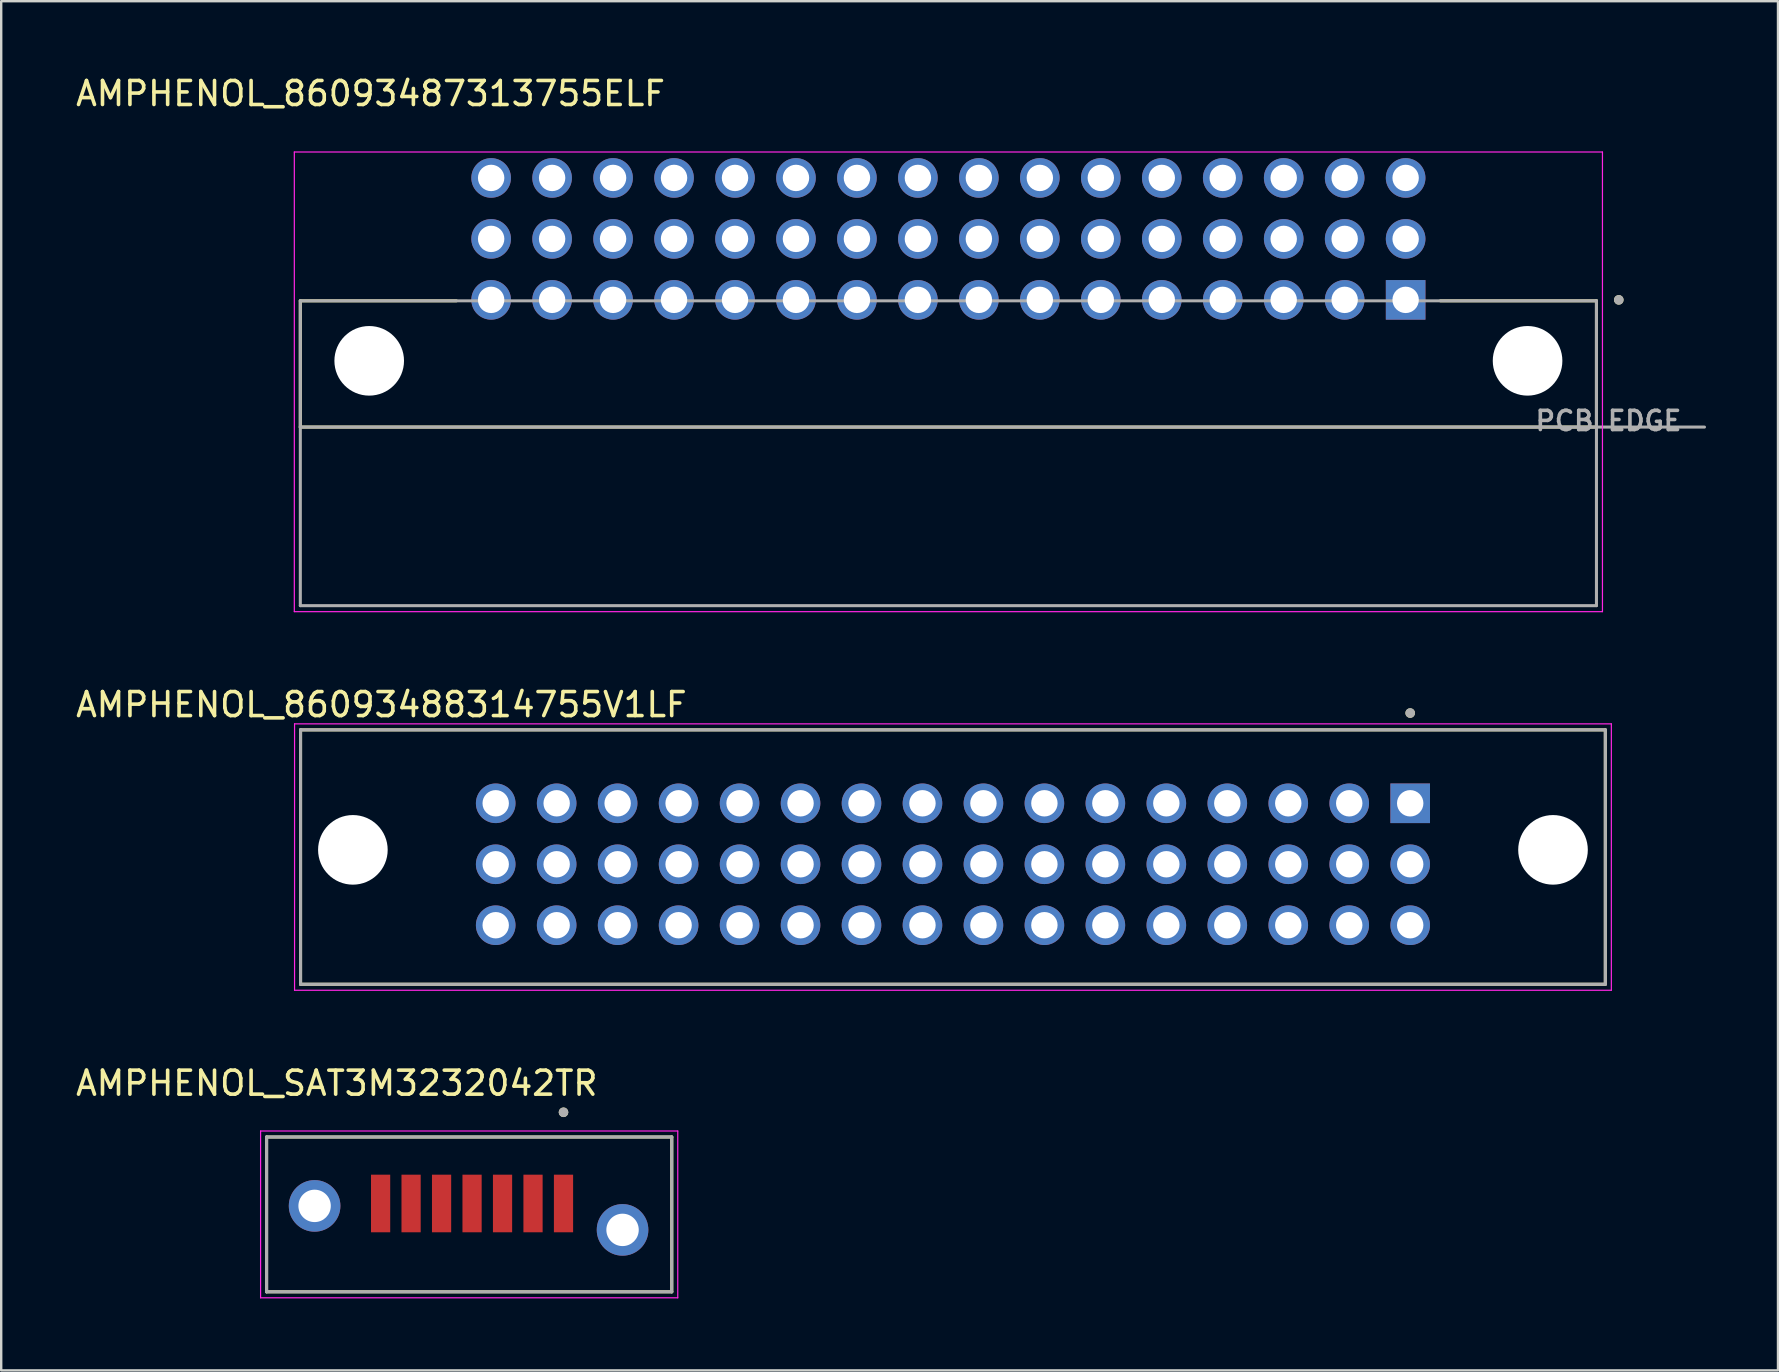
<source format=kicad_pcb>
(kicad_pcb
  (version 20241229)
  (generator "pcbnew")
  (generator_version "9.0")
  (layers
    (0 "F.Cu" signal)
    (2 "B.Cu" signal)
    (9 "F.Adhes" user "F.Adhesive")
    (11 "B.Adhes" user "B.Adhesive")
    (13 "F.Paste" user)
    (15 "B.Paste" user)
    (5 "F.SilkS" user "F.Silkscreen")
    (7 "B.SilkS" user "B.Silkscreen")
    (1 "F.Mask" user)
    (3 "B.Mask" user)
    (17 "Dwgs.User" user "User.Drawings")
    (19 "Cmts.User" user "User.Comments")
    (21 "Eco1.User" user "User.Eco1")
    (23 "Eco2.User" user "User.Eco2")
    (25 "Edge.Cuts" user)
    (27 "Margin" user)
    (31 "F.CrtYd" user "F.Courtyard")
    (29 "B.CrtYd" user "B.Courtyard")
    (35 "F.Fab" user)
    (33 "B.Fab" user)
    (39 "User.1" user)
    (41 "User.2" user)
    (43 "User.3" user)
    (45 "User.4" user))
  (footprint "AMPHENOL_SAT3M3232042TR"
    (layer "F.Cu")
    (at 16.497 47.545)
    (property "Reference" "AMPHENOL_SAT3M3232042TR" (at -5.515 -5.465 0) (layer "F.SilkS") (effects (font (size 1 1) (thickness 0.15))))
    (attr smd)
    (fp_line (start -8.44 -3.225) (end 8.44 -3.225) (stroke (width 0.127) (type solid)) (layer "F.SilkS"))
    (fp_line (start -8.44 3.225) (end -8.44 -3.225) (stroke (width 0.127) (type solid)) (layer "F.SilkS"))
    (fp_line (start 8.44 -3.225) (end 8.44 3.225) (stroke (width 0.127) (type solid)) (layer "F.SilkS"))
    (fp_line (start 8.44 3.225) (end -8.44 3.225) (stroke (width 0.127) (type solid)) (layer "F.SilkS"))
    (fp_circle (center 3.93 -4.255) (end 4.03 -4.255) (stroke (width 0.2) (type solid)) (fill no) (layer "F.SilkS"))
    (fp_line (start -8.69 -3.475) (end -8.69 3.475) (stroke (width 0.05) (type solid)) (layer "F.CrtYd"))
    (fp_line (start -8.69 3.475) (end 8.69 3.475) (stroke (width 0.05) (type solid)) (layer "F.CrtYd"))
    (fp_line (start 8.69 -3.475) (end -8.69 -3.475) (stroke (width 0.05) (type solid)) (layer "F.CrtYd"))
    (fp_line (start 8.69 3.475) (end 8.69 -3.475) (stroke (width 0.05) (type solid)) (layer "F.CrtYd"))
    (fp_line (start -8.44 -3.225) (end 8.44 -3.225) (stroke (width 0.127) (type solid)) (layer "F.Fab"))
    (fp_line (start -8.44 3.225) (end -8.44 -3.225) (stroke (width 0.127) (type solid)) (layer "F.Fab"))
    (fp_line (start 8.44 -3.225) (end 8.44 3.225) (stroke (width 0.127) (type solid)) (layer "F.Fab"))
    (fp_line (start 8.44 3.225) (end -8.44 3.225) (stroke (width 0.127) (type solid)) (layer "F.Fab"))
    (fp_circle (center 3.93 -4.255) (end 4.03 -4.255) (stroke (width 0.2) (type solid)) (fill no) (layer "F.Fab"))
    (pad "S1" smd rect (at 3.93 -0.455) (size 0.8 2.4) (layers "F.Cu" "F.Mask" "F.Paste"))
    (pad "S2" smd rect (at 2.66 -0.455) (size 0.8 2.4) (layers "F.Cu" "F.Mask" "F.Paste"))
    (pad "S3" smd rect (at 1.39 -0.455) (size 0.8 2.4) (layers "F.Cu" "F.Mask" "F.Paste"))
    (pad "S4" smd rect (at 0.12 -0.455) (size 0.8 2.4) (layers "F.Cu" "F.Mask" "F.Paste"))
    (pad "S5" smd rect (at -1.15 -0.455) (size 0.8 2.4) (layers "F.Cu" "F.Mask" "F.Paste"))
    (pad "S6" smd rect (at -2.42 -0.455) (size 0.8 2.4) (layers "F.Cu" "F.Mask" "F.Paste"))
    (pad "S7" smd rect (at -3.69 -0.455) (size 0.8 2.4) (layers "F.Cu" "F.Mask" "F.Paste"))
    (pad "SH1" thru_hole circle (at 6.39 0.645) (size 2.15 2.15) (drill 1.35) (layers "*.Cu" "*.Mask"))
    (pad "SH2" thru_hole circle (at -6.44 -0.355) (size 2.15 2.15) (drill 1.35) (layers "*.Cu" "*.Mask")))
  (footprint "AMPHENOL_86093488314755V1LF"
    (layer "F.Cu")
    (at 36.652 32.657)
    (property "Reference" "AMPHENOL_86093488314755V1LF" (at -23.812 -6.35 0) (layer "F.SilkS") (effects (font (size 1 1) (thickness 0.15))))
    (attr through_hole)
    (fp_line (start -27.18 -5.3) (end 27.18 -5.3) (stroke (width 0.127) (type solid)) (layer "F.SilkS"))
    (fp_line (start -27.18 5.3) (end -27.18 -5.3) (stroke (width 0.127) (type solid)) (layer "F.SilkS"))
    (fp_line (start 27.18 -5.3) (end 27.18 5.3) (stroke (width 0.127) (type solid)) (layer "F.SilkS"))
    (fp_line (start 27.18 5.3) (end -27.18 5.3) (stroke (width 0.127) (type solid)) (layer "F.SilkS"))
    (fp_circle (center 19.05 -6) (end 19.15 -6) (stroke (width 0.2) (type solid)) (fill no) (layer "F.SilkS"))
    (fp_line (start -27.43 -5.55) (end -27.43 5.55) (stroke (width 0.05) (type solid)) (layer "F.CrtYd"))
    (fp_line (start -27.43 5.55) (end 27.43 5.55) (stroke (width 0.05) (type solid)) (layer "F.CrtYd"))
    (fp_line (start 27.43 -5.55) (end -27.43 -5.55) (stroke (width 0.05) (type solid)) (layer "F.CrtYd"))
    (fp_line (start 27.43 5.55) (end 27.43 -5.55) (stroke (width 0.05) (type solid)) (layer "F.CrtYd"))
    (fp_line (start -27.18 -5.3) (end 27.18 -5.3) (stroke (width 0.127) (type solid)) (layer "F.Fab"))
    (fp_line (start -27.18 5.3) (end -27.18 -5.3) (stroke (width 0.127) (type solid)) (layer "F.Fab"))
    (fp_line (start 27.18 -5.3) (end 27.18 5.3) (stroke (width 0.127) (type solid)) (layer "F.Fab"))
    (fp_line (start 27.18 5.3) (end -27.18 5.3) (stroke (width 0.127) (type solid)) (layer "F.Fab"))
    (fp_circle (center 19.05 -6) (end 19.15 -6) (stroke (width 0.2) (type solid)) (fill no) (layer "F.Fab"))
    (pad "" np_thru_hole circle (at -25 -0.3) (size 2.9 2.9) (drill 2.9) (layers "*.Cu" "*.Mask"))
    (pad "" np_thru_hole circle (at 25 -0.3) (size 2.9 2.9) (drill 2.9) (layers "*.Cu" "*.Mask"))
    (pad "A1" thru_hole rect (at 19.05 -2.24) (size 1.65 1.65) (drill 1.1) (layers "*.Cu" "*.Mask"))
    (pad "A2" thru_hole circle (at 16.51 -2.24) (size 1.65 1.65) (drill 1.1) (layers "*.Cu" "*.Mask"))
    (pad "A3" thru_hole circle (at 13.97 -2.24) (size 1.65 1.65) (drill 1.1) (layers "*.Cu" "*.Mask"))
    (pad "A4" thru_hole circle (at 11.43 -2.24) (size 1.65 1.65) (drill 1.1) (layers "*.Cu" "*.Mask"))
    (pad "A5" thru_hole circle (at 8.89 -2.24) (size 1.65 1.65) (drill 1.1) (layers "*.Cu" "*.Mask"))
    (pad "A6" thru_hole circle (at 6.35 -2.24) (size 1.65 1.65) (drill 1.1) (layers "*.Cu" "*.Mask"))
    (pad "A7" thru_hole circle (at 3.81 -2.24) (size 1.65 1.65) (drill 1.1) (layers "*.Cu" "*.Mask"))
    (pad "A8" thru_hole circle (at 1.27 -2.24) (size 1.65 1.65) (drill 1.1) (layers "*.Cu" "*.Mask"))
    (pad "A9" thru_hole circle (at -1.27 -2.24) (size 1.65 1.65) (drill 1.1) (layers "*.Cu" "*.Mask"))
    (pad "A10" thru_hole circle (at -3.81 -2.24) (size 1.65 1.65) (drill 1.1) (layers "*.Cu" "*.Mask"))
    (pad "A11" thru_hole circle (at -6.35 -2.24) (size 1.65 1.65) (drill 1.1) (layers "*.Cu" "*.Mask"))
    (pad "A12" thru_hole circle (at -8.89 -2.24) (size 1.65 1.65) (drill 1.1) (layers "*.Cu" "*.Mask"))
    (pad "A13" thru_hole circle (at -11.43 -2.24) (size 1.65 1.65) (drill 1.1) (layers "*.Cu" "*.Mask"))
    (pad "A14" thru_hole circle (at -13.97 -2.24) (size 1.65 1.65) (drill 1.1) (layers "*.Cu" "*.Mask"))
    (pad "A15" thru_hole circle (at -16.51 -2.24) (size 1.65 1.65) (drill 1.1) (layers "*.Cu" "*.Mask"))
    (pad "A16" thru_hole circle (at -19.05 -2.24) (size 1.65 1.65) (drill 1.1) (layers "*.Cu" "*.Mask"))
    (pad "B1" thru_hole circle (at 19.05 0.3) (size 1.65 1.65) (drill 1.1) (layers "*.Cu" "*.Mask"))
    (pad "B2" thru_hole circle (at 16.51 0.3) (size 1.65 1.65) (drill 1.1) (layers "*.Cu" "*.Mask"))
    (pad "B3" thru_hole circle (at 13.97 0.3) (size 1.65 1.65) (drill 1.1) (layers "*.Cu" "*.Mask"))
    (pad "B4" thru_hole circle (at 11.43 0.3) (size 1.65 1.65) (drill 1.1) (layers "*.Cu" "*.Mask"))
    (pad "B5" thru_hole circle (at 8.89 0.3) (size 1.65 1.65) (drill 1.1) (layers "*.Cu" "*.Mask"))
    (pad "B6" thru_hole circle (at 6.35 0.3) (size 1.65 1.65) (drill 1.1) (layers "*.Cu" "*.Mask"))
    (pad "B7" thru_hole circle (at 3.81 0.3) (size 1.65 1.65) (drill 1.1) (layers "*.Cu" "*.Mask"))
    (pad "B8" thru_hole circle (at 1.27 0.3) (size 1.65 1.65) (drill 1.1) (layers "*.Cu" "*.Mask"))
    (pad "B9" thru_hole circle (at -1.27 0.3) (size 1.65 1.65) (drill 1.1) (layers "*.Cu" "*.Mask"))
    (pad "B10" thru_hole circle (at -3.81 0.3) (size 1.65 1.65) (drill 1.1) (layers "*.Cu" "*.Mask"))
    (pad "B11" thru_hole circle (at -6.35 0.3) (size 1.65 1.65) (drill 1.1) (layers "*.Cu" "*.Mask"))
    (pad "B12" thru_hole circle (at -8.89 0.3) (size 1.65 1.65) (drill 1.1) (layers "*.Cu" "*.Mask"))
    (pad "B13" thru_hole circle (at -11.43 0.3) (size 1.65 1.65) (drill 1.1) (layers "*.Cu" "*.Mask"))
    (pad "B14" thru_hole circle (at -13.97 0.3) (size 1.65 1.65) (drill 1.1) (layers "*.Cu" "*.Mask"))
    (pad "B15" thru_hole circle (at -16.51 0.3) (size 1.65 1.65) (drill 1.1) (layers "*.Cu" "*.Mask"))
    (pad "B16" thru_hole circle (at -19.05 0.3) (size 1.65 1.65) (drill 1.1) (layers "*.Cu" "*.Mask"))
    (pad "C1" thru_hole circle (at 19.05 2.84) (size 1.65 1.65) (drill 1.1) (layers "*.Cu" "*.Mask"))
    (pad "C2" thru_hole circle (at 16.51 2.84) (size 1.65 1.65) (drill 1.1) (layers "*.Cu" "*.Mask"))
    (pad "C3" thru_hole circle (at 13.97 2.84) (size 1.65 1.65) (drill 1.1) (layers "*.Cu" "*.Mask"))
    (pad "C4" thru_hole circle (at 11.43 2.84) (size 1.65 1.65) (drill 1.1) (layers "*.Cu" "*.Mask"))
    (pad "C5" thru_hole circle (at 8.89 2.84) (size 1.65 1.65) (drill 1.1) (layers "*.Cu" "*.Mask"))
    (pad "C6" thru_hole circle (at 6.35 2.84) (size 1.65 1.65) (drill 1.1) (layers "*.Cu" "*.Mask"))
    (pad "C7" thru_hole circle (at 3.81 2.84) (size 1.65 1.65) (drill 1.1) (layers "*.Cu" "*.Mask"))
    (pad "C8" thru_hole circle (at 1.27 2.84) (size 1.65 1.65) (drill 1.1) (layers "*.Cu" "*.Mask"))
    (pad "C9" thru_hole circle (at -1.27 2.84) (size 1.65 1.65) (drill 1.1) (layers "*.Cu" "*.Mask"))
    (pad "C10" thru_hole circle (at -3.81 2.84) (size 1.65 1.65) (drill 1.1) (layers "*.Cu" "*.Mask"))
    (pad "C11" thru_hole circle (at -6.35 2.84) (size 1.65 1.65) (drill 1.1) (layers "*.Cu" "*.Mask"))
    (pad "C12" thru_hole circle (at -8.89 2.84) (size 1.65 1.65) (drill 1.1) (layers "*.Cu" "*.Mask"))
    (pad "C13" thru_hole circle (at -11.43 2.84) (size 1.65 1.65) (drill 1.1) (layers "*.Cu" "*.Mask"))
    (pad "C14" thru_hole circle (at -13.97 2.84) (size 1.65 1.65) (drill 1.1) (layers "*.Cu" "*.Mask"))
    (pad "C15" thru_hole circle (at -16.51 2.84) (size 1.65 1.65) (drill 1.1) (layers "*.Cu" "*.Mask"))
    (pad "C16" thru_hole circle (at -19.05 2.84) (size 1.65 1.65) (drill 1.1) (layers "*.Cu" "*.Mask")))
  (footprint "AMPHENOL_86093487313755ELF"
    (layer "F.Cu")
    (at 36.462 11.983)
    (property "Reference" "AMPHENOL_86093487313755ELF" (at -24.075 -11.135 0) (layer "F.SilkS") (effects (font (size 1 1) (thickness 0.15))))
    (attr through_hole)
    (fp_line (start -27 -2.5) (end -20.5 -2.5) (stroke (width 0.127) (type solid)) (layer "F.SilkS"))
    (fp_line (start -27 2.76) (end -27 -2.5) (stroke (width 0.127) (type solid)) (layer "F.SilkS"))
    (fp_line (start 27 -2.5) (end 20.5 -2.5) (stroke (width 0.127) (type solid)) (layer "F.SilkS"))
    (fp_line (start 27 -2.5) (end 27 2.76) (stroke (width 0.127) (type solid)) (layer "F.SilkS"))
    (fp_line (start 27 2.76) (end -27 2.76) (stroke (width 0.127) (type solid)) (layer "F.SilkS"))
    (fp_circle (center 27.93 -2.54) (end 28.03 -2.54) (stroke (width 0.2) (type solid)) (fill no) (layer "F.SilkS"))
    (fp_line (start -27.25 -8.7) (end 27.25 -8.7) (stroke (width 0.05) (type solid)) (layer "F.CrtYd"))
    (fp_line (start -27.25 10.45) (end -27.25 -8.7) (stroke (width 0.05) (type solid)) (layer "F.CrtYd"))
    (fp_line (start 27.25 -8.7) (end 27.25 10.45) (stroke (width 0.05) (type solid)) (layer "F.CrtYd"))
    (fp_line (start 27.25 10.45) (end -27.25 10.45) (stroke (width 0.05) (type solid)) (layer "F.CrtYd"))
    (fp_line (start -27 -2.5) (end 27 -2.5) (stroke (width 0.127) (type solid)) (layer "F.Fab"))
    (fp_line (start -27 2.76) (end -27 -2.5) (stroke (width 0.127) (type solid)) (layer "F.Fab"))
    (fp_line (start -27 10.2) (end -27 2.76) (stroke (width 0.127) (type solid)) (layer "F.Fab"))
    (fp_line (start 27 -2.5) (end 27 10.2) (stroke (width 0.127) (type solid)) (layer "F.Fab"))
    (fp_line (start 27 10.2) (end -27 10.2) (stroke (width 0.127) (type solid)) (layer "F.Fab"))
    (fp_line (start 31.5 2.76) (end -27 2.76) (stroke (width 0.127) (type solid)) (layer "F.Fab"))
    (fp_circle (center 27.93 -2.54) (end 28.03 -2.54) (stroke (width 0.2) (type solid)) (fill no) (layer "F.Fab"))
    (fp_text user "PCB EDGE" (at 27.5 2.5 0) (layer "F.Fab") (effects (font (size 0.8 0.8) (thickness 0.15))))
    (pad "" np_thru_hole circle (at -24.13 0) (size 2.9 2.9) (drill 2.9) (layers "*.Cu" "*.Mask"))
    (pad "" np_thru_hole circle (at 24.13 0) (size 2.9 2.9) (drill 2.9) (layers "*.Cu" "*.Mask"))
    (pad "A1" thru_hole rect (at 19.05 -2.54) (size 1.65 1.65) (drill 1.1) (layers "*.Cu" "*.Mask"))
    (pad "A2" thru_hole circle (at 16.51 -2.54) (size 1.65 1.65) (drill 1.1) (layers "*.Cu" "*.Mask"))
    (pad "A3" thru_hole circle (at 13.97 -2.54) (size 1.65 1.65) (drill 1.1) (layers "*.Cu" "*.Mask"))
    (pad "A4" thru_hole circle (at 11.43 -2.54) (size 1.65 1.65) (drill 1.1) (layers "*.Cu" "*.Mask"))
    (pad "A5" thru_hole circle (at 8.89 -2.54) (size 1.65 1.65) (drill 1.1) (layers "*.Cu" "*.Mask"))
    (pad "A6" thru_hole circle (at 6.35 -2.54) (size 1.65 1.65) (drill 1.1) (layers "*.Cu" "*.Mask"))
    (pad "A7" thru_hole circle (at 3.81 -2.54) (size 1.65 1.65) (drill 1.1) (layers "*.Cu" "*.Mask"))
    (pad "A8" thru_hole circle (at 1.27 -2.54) (size 1.65 1.65) (drill 1.1) (layers "*.Cu" "*.Mask"))
    (pad "A9" thru_hole circle (at -1.27 -2.54) (size 1.65 1.65) (drill 1.1) (layers "*.Cu" "*.Mask"))
    (pad "A10" thru_hole circle (at -3.81 -2.54) (size 1.65 1.65) (drill 1.1) (layers "*.Cu" "*.Mask"))
    (pad "A11" thru_hole circle (at -6.35 -2.54) (size 1.65 1.65) (drill 1.1) (layers "*.Cu" "*.Mask"))
    (pad "A12" thru_hole circle (at -8.89 -2.54) (size 1.65 1.65) (drill 1.1) (layers "*.Cu" "*.Mask"))
    (pad "A13" thru_hole circle (at -11.43 -2.54) (size 1.65 1.65) (drill 1.1) (layers "*.Cu" "*.Mask"))
    (pad "A14" thru_hole circle (at -13.97 -2.54) (size 1.65 1.65) (drill 1.1) (layers "*.Cu" "*.Mask"))
    (pad "A15" thru_hole circle (at -16.51 -2.54) (size 1.65 1.65) (drill 1.1) (layers "*.Cu" "*.Mask"))
    (pad "A16" thru_hole circle (at -19.05 -2.54) (size 1.65 1.65) (drill 1.1) (layers "*.Cu" "*.Mask"))
    (pad "B1" thru_hole circle (at 19.05 -5.08) (size 1.65 1.65) (drill 1.1) (layers "*.Cu" "*.Mask"))
    (pad "B2" thru_hole circle (at 16.51 -5.08) (size 1.65 1.65) (drill 1.1) (layers "*.Cu" "*.Mask"))
    (pad "B3" thru_hole circle (at 13.97 -5.08) (size 1.65 1.65) (drill 1.1) (layers "*.Cu" "*.Mask"))
    (pad "B4" thru_hole circle (at 11.43 -5.08) (size 1.65 1.65) (drill 1.1) (layers "*.Cu" "*.Mask"))
    (pad "B5" thru_hole circle (at 8.89 -5.08) (size 1.65 1.65) (drill 1.1) (layers "*.Cu" "*.Mask"))
    (pad "B6" thru_hole circle (at 6.35 -5.08) (size 1.65 1.65) (drill 1.1) (layers "*.Cu" "*.Mask"))
    (pad "B7" thru_hole circle (at 3.81 -5.08) (size 1.65 1.65) (drill 1.1) (layers "*.Cu" "*.Mask"))
    (pad "B8" thru_hole circle (at 1.27 -5.08) (size 1.65 1.65) (drill 1.1) (layers "*.Cu" "*.Mask"))
    (pad "B9" thru_hole circle (at -1.27 -5.08) (size 1.65 1.65) (drill 1.1) (layers "*.Cu" "*.Mask"))
    (pad "B10" thru_hole circle (at -3.81 -5.08) (size 1.65 1.65) (drill 1.1) (layers "*.Cu" "*.Mask"))
    (pad "B11" thru_hole circle (at -6.35 -5.08) (size 1.65 1.65) (drill 1.1) (layers "*.Cu" "*.Mask"))
    (pad "B12" thru_hole circle (at -8.89 -5.08) (size 1.65 1.65) (drill 1.1) (layers "*.Cu" "*.Mask"))
    (pad "B13" thru_hole circle (at -11.43 -5.08) (size 1.65 1.65) (drill 1.1) (layers "*.Cu" "*.Mask"))
    (pad "B14" thru_hole circle (at -13.97 -5.08) (size 1.65 1.65) (drill 1.1) (layers "*.Cu" "*.Mask"))
    (pad "B15" thru_hole circle (at -16.51 -5.08) (size 1.65 1.65) (drill 1.1) (layers "*.Cu" "*.Mask"))
    (pad "B16" thru_hole circle (at -19.05 -5.08) (size 1.65 1.65) (drill 1.1) (layers "*.Cu" "*.Mask"))
    (pad "C1" thru_hole circle (at 19.05 -7.62) (size 1.65 1.65) (drill 1.1) (layers "*.Cu" "*.Mask"))
    (pad "C2" thru_hole circle (at 16.51 -7.62) (size 1.65 1.65) (drill 1.1) (layers "*.Cu" "*.Mask"))
    (pad "C3" thru_hole circle (at 13.97 -7.62) (size 1.65 1.65) (drill 1.1) (layers "*.Cu" "*.Mask"))
    (pad "C4" thru_hole circle (at 11.43 -7.62) (size 1.65 1.65) (drill 1.1) (layers "*.Cu" "*.Mask"))
    (pad "C5" thru_hole circle (at 8.89 -7.62) (size 1.65 1.65) (drill 1.1) (layers "*.Cu" "*.Mask"))
    (pad "C6" thru_hole circle (at 6.35 -7.62) (size 1.65 1.65) (drill 1.1) (layers "*.Cu" "*.Mask"))
    (pad "C7" thru_hole circle (at 3.81 -7.62) (size 1.65 1.65) (drill 1.1) (layers "*.Cu" "*.Mask"))
    (pad "C8" thru_hole circle (at 1.27 -7.62) (size 1.65 1.65) (drill 1.1) (layers "*.Cu" "*.Mask"))
    (pad "C9" thru_hole circle (at -1.27 -7.62) (size 1.65 1.65) (drill 1.1) (layers "*.Cu" "*.Mask"))
    (pad "C10" thru_hole circle (at -3.81 -7.62) (size 1.65 1.65) (drill 1.1) (layers "*.Cu" "*.Mask"))
    (pad "C11" thru_hole circle (at -6.35 -7.62) (size 1.65 1.65) (drill 1.1) (layers "*.Cu" "*.Mask"))
    (pad "C12" thru_hole circle (at -8.89 -7.62) (size 1.65 1.65) (drill 1.1) (layers "*.Cu" "*.Mask"))
    (pad "C13" thru_hole circle (at -11.43 -7.62) (size 1.65 1.65) (drill 1.1) (layers "*.Cu" "*.Mask"))
    (pad "C14" thru_hole circle (at -13.97 -7.62) (size 1.65 1.65) (drill 1.1) (layers "*.Cu" "*.Mask"))
    (pad "C15" thru_hole circle (at -16.51 -7.62) (size 1.65 1.65) (drill 1.1) (layers "*.Cu" "*.Mask"))
    (pad "C16" thru_hole circle (at -19.05 -7.62) (size 1.65 1.65) (drill 1.1) (layers "*.Cu" "*.Mask")))
  (gr_rect
    (start -3 -3)
    (end 71.025 54.045)
    (stroke (width 0.1) (type default))
    (fill no)
    (layer "Edge.Cuts")))
</source>
